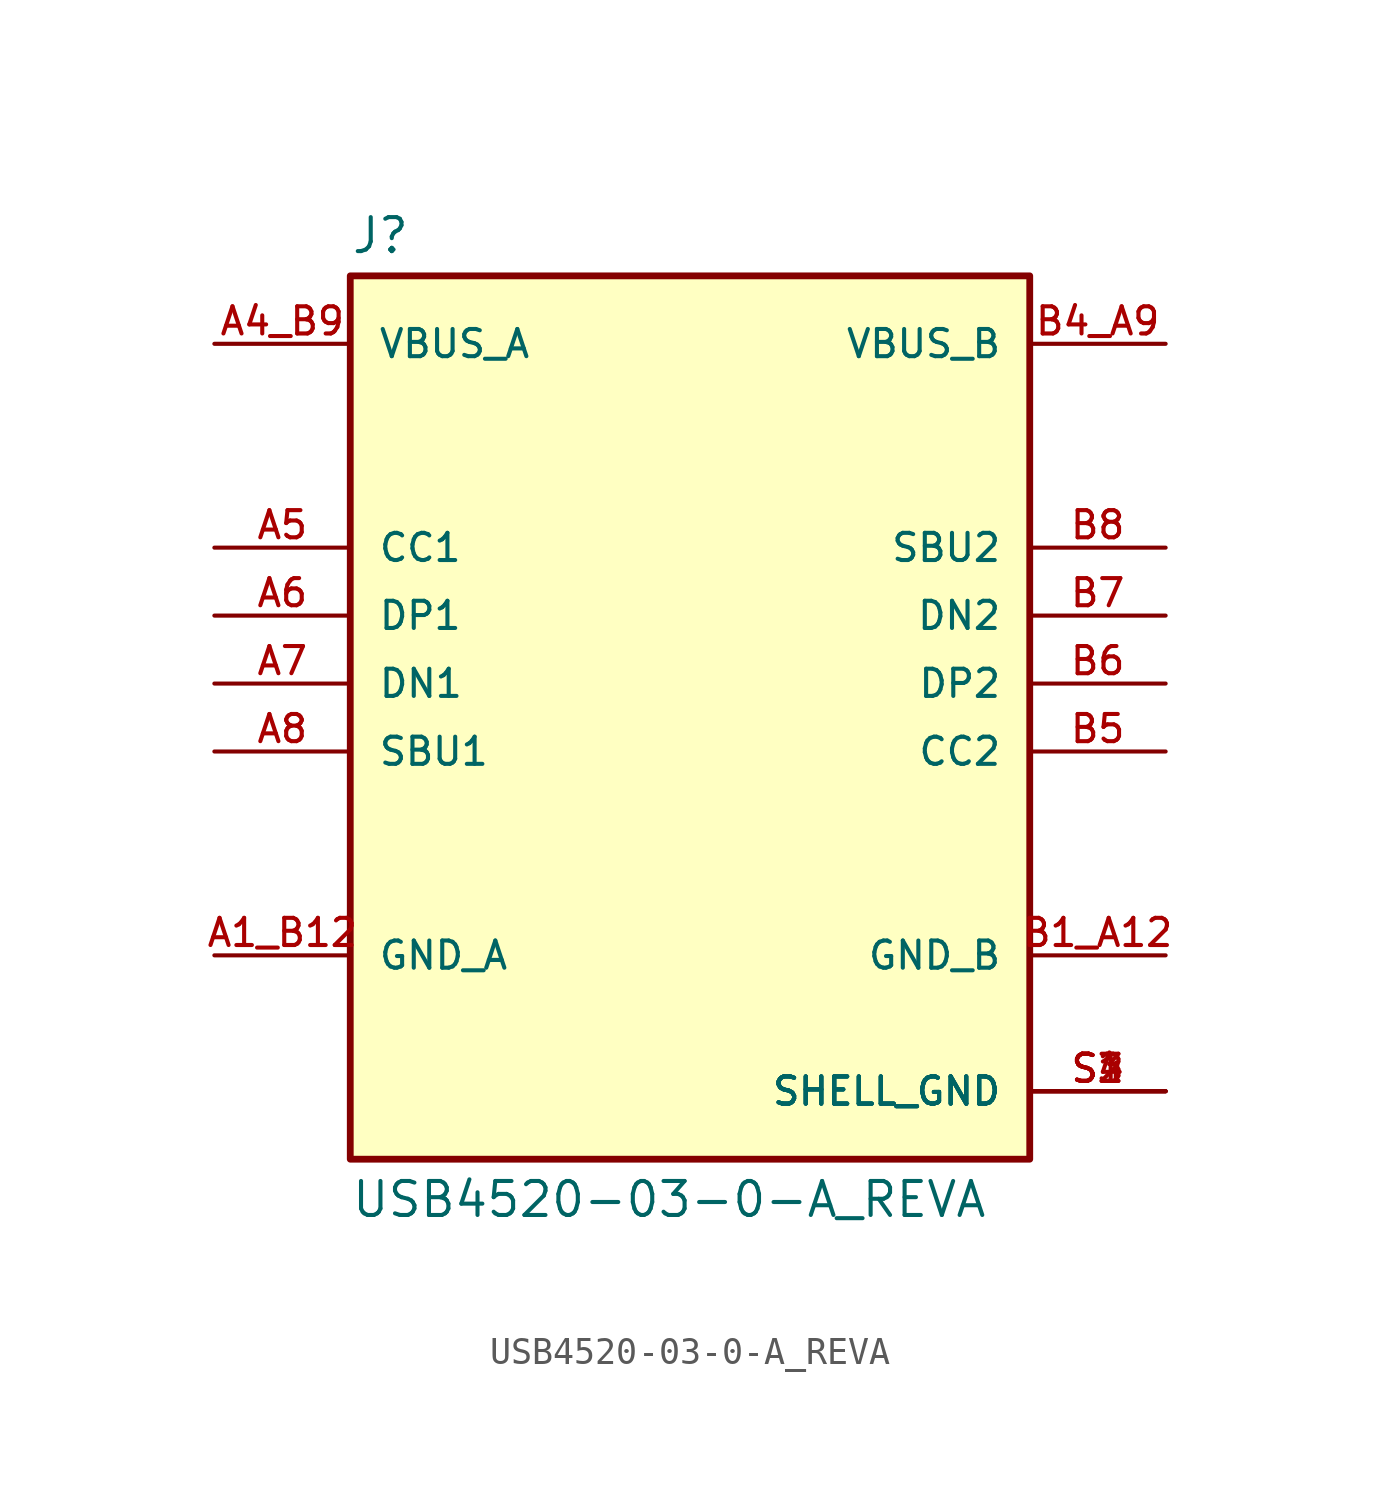
<source format=kicad_sym>
(kicad_symbol_lib
  (version 20211014)
  (generator kicad_symbol_editor)
  (symbol "USB4520-03-0-A_REVA"
    (pin_names
      (offset 1.016))
    (property "Reference" "J"
      (at -12.7 16.002 0)
      (effects (font (size 1.27 1.27)) (justify bottom left)))
    (property "Value" "USB4520-03-0-A_REVA"
      (at -12.7 -18.542 0.0)
      (effects (font (size 1.27 1.27)) (justify top left)))
    (symbol "USB4520-03-0-A_REVA_0_0"
      (rectangle (start -12.7 -17.78) (end 12.7 15.24) (stroke (width 0.254)) (fill (type background)))
      (pin power_in line (at -17.78 -10.16 0) (length 5.08) (name "GND_A" (effects (font (size 1.016 1.016)))) (number "A1_B12" (effects (font (size 1.016 1.016)))))
      (pin power_in line (at -17.78 12.7 0) (length 5.08) (name "VBUS_A" (effects (font (size 1.016 1.016)))) (number "A4_B9" (effects (font (size 1.016 1.016)))))
      (pin bidirectional line (at -17.78 2.54 0) (length 5.08) (name "DP1" (effects (font (size 1.016 1.016)))) (number "A6" (effects (font (size 1.016 1.016)))))
      (pin bidirectional line (at -17.78 5.08 0) (length 5.08) (name "CC1" (effects (font (size 1.016 1.016)))) (number "A5" (effects (font (size 1.016 1.016)))))
      (pin bidirectional line (at -17.78 -2.54 0) (length 5.08) (name "SBU1" (effects (font (size 1.016 1.016)))) (number "A8" (effects (font (size 1.016 1.016)))))
      (pin bidirectional line (at -17.78 0.0 0) (length 5.08) (name "DN1" (effects (font (size 1.016 1.016)))) (number "A7" (effects (font (size 1.016 1.016)))))
      (pin power_in line (at 17.78 -15.24 180.0) (length 5.08) (name "SHELL_GND" (effects (font (size 1.016 1.016)))) (number "S1" (effects (font (size 1.016 1.016)))))
      (pin power_in line (at 17.78 -15.24 180.0) (length 5.08) (name "SHELL_GND" (effects (font (size 1.016 1.016)))) (number "S2" (effects (font (size 1.016 1.016)))))
      (pin power_in line (at 17.78 -15.24 180.0) (length 5.08) (name "SHELL_GND" (effects (font (size 1.016 1.016)))) (number "S3" (effects (font (size 1.016 1.016)))))
      (pin power_in line (at 17.78 -15.24 180.0) (length 5.08) (name "SHELL_GND" (effects (font (size 1.016 1.016)))) (number "S4" (effects (font (size 1.016 1.016)))))
      (pin power_in line (at 17.78 -10.16 180.0) (length 5.08) (name "GND_B" (effects (font (size 1.016 1.016)))) (number "B1_A12" (effects (font (size 1.016 1.016)))))
      (pin power_in line (at 17.78 12.7 180.0) (length 5.08) (name "VBUS_B" (effects (font (size 1.016 1.016)))) (number "B4_A9" (effects (font (size 1.016 1.016)))))
      (pin bidirectional line (at 17.78 0.0 180.0) (length 5.08) (name "DP2" (effects (font (size 1.016 1.016)))) (number "B6" (effects (font (size 1.016 1.016)))))
      (pin bidirectional line (at 17.78 -2.54 180.0) (length 5.08) (name "CC2" (effects (font (size 1.016 1.016)))) (number "B5" (effects (font (size 1.016 1.016)))))
      (pin bidirectional line (at 17.78 5.08 180.0) (length 5.08) (name "SBU2" (effects (font (size 1.016 1.016)))) (number "B8" (effects (font (size 1.016 1.016)))))
      (pin bidirectional line (at 17.78 2.54 180.0) (length 5.08) (name "DN2" (effects (font (size 1.016 1.016)))) (number "B7" (effects (font (size 1.016 1.016))))))))
</source>
